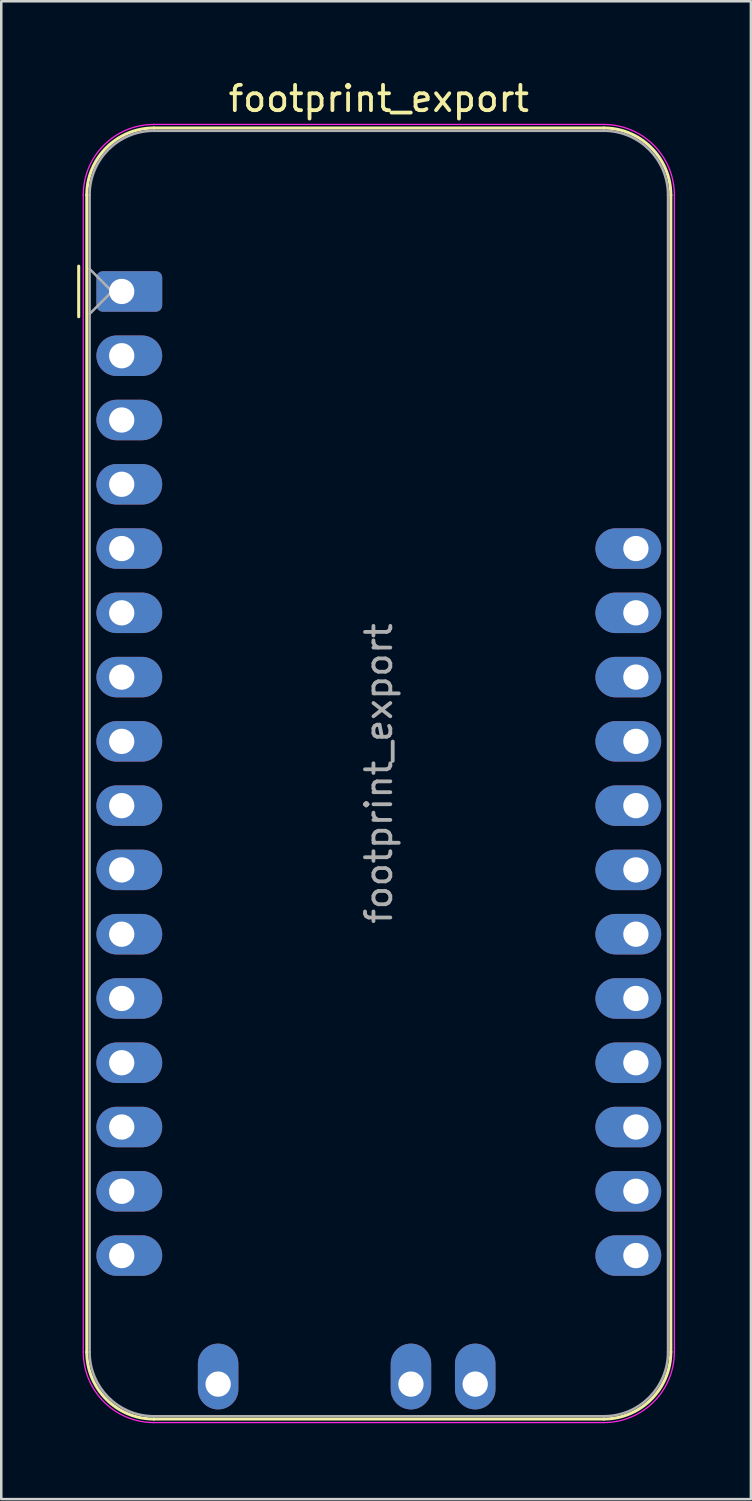
<source format=kicad_pcb>
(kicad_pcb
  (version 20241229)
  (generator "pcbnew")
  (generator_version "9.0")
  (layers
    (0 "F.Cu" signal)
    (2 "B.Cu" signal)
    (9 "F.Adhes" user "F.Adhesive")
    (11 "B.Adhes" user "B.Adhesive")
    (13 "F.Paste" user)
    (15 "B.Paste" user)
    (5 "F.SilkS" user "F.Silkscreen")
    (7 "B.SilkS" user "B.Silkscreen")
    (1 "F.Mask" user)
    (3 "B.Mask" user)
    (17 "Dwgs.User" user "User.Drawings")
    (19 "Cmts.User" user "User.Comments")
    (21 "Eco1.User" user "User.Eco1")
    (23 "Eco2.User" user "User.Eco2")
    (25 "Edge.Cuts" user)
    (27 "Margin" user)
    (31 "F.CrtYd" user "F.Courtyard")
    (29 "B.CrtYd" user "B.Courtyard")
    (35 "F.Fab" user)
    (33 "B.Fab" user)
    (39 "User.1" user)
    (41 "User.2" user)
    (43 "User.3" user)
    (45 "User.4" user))
  (footprint "footprint_export"
    (layer "F.Cu")
    (at 1.76 8.468)
    (property "Reference" "footprint_export" (at 10.16 -7.62 0) (layer "F.SilkS") (effects (font (size 1 1) (thickness 0.15))))
    (attr through_hole)
    (fp_line (start -1.7 1) (end -1.7 -1) (stroke (width 0.12) (type solid)) (layer "F.SilkS"))
    (fp_line (start -1.38 -3.81) (end -1.38 41.91) (stroke (width 0.12) (type solid)) (layer "F.SilkS"))
    (fp_line (start 19.05 -6.46) (end 1.27 -6.46) (stroke (width 0.12) (type solid)) (layer "F.SilkS"))
    (fp_line (start 19.05 44.56) (end 1.27 44.56) (stroke (width 0.12) (type solid)) (layer "F.SilkS"))
    (fp_line (start 21.7 -3.81) (end 21.7 41.91) (stroke (width 0.12) (type solid)) (layer "F.SilkS"))
    (fp_arc (start -1.38 -3.81) (mid -0.603833 -5.683833) (end 1.27 -6.46) (stroke (width 0.12) (type solid)) (layer "F.SilkS"))
    (fp_arc (start 1.27 44.56) (mid -0.603833 43.783833) (end -1.38 41.91) (stroke (width 0.12) (type solid)) (layer "F.SilkS"))
    (fp_arc (start 19.05 -6.46) (mid 20.923833 -5.683833) (end 21.7 -3.81) (stroke (width 0.12) (type solid)) (layer "F.SilkS"))
    (fp_arc (start 21.7 41.91) (mid 20.923833 43.783833) (end 19.05 44.56) (stroke (width 0.12) (type solid)) (layer "F.SilkS"))
    (fp_line (start -1.52 41.91) (end -1.52 -3.81) (stroke (width 0.05) (type solid)) (layer "F.CrtYd"))
    (fp_line (start 19.05 -6.6) (end 1.27 -6.6) (stroke (width 0.05) (type solid)) (layer "F.CrtYd"))
    (fp_line (start 19.05 44.7) (end 1.27 44.7) (stroke (width 0.05) (type solid)) (layer "F.CrtYd"))
    (fp_line (start 21.84 41.91) (end 21.84 -3.81) (stroke (width 0.05) (type solid)) (layer "F.CrtYd"))
    (fp_arc (start -1.52 -3.81) (mid -0.702828 -5.782828) (end 1.27 -6.6) (stroke (width 0.05) (type solid)) (layer "F.CrtYd"))
    (fp_arc (start 1.27 44.7) (mid -0.702828 43.882828) (end -1.52 41.91) (stroke (width 0.05) (type solid)) (layer "F.CrtYd"))
    (fp_arc (start 19.05 -6.6) (mid 21.022828 -5.782828) (end 21.84 -3.81) (stroke (width 0.05) (type solid)) (layer "F.CrtYd"))
    (fp_arc (start 21.84 41.91) (mid 21.022828 43.882828) (end 19.05 44.7) (stroke (width 0.05) (type solid)) (layer "F.CrtYd"))
    (fp_line (start -1.27 -3.81) (end -1.27 41.91) (stroke (width 0.1) (type solid)) (layer "F.Fab"))
    (fp_line (start -1.27 -0.889) (end -0.381 0) (stroke (width 0.1) (type solid)) (layer "F.Fab"))
    (fp_line (start -0.381 0) (end -1.27 0.889) (stroke (width 0.1) (type solid)) (layer "F.Fab"))
    (fp_line (start 1.27 44.45) (end 19.05 44.45) (stroke (width 0.1) (type solid)) (layer "F.Fab"))
    (fp_line (start 19.05 -6.35) (end 1.27 -6.35) (stroke (width 0.1) (type solid)) (layer "F.Fab"))
    (fp_line (start 21.59 41.91) (end 21.59 -3.81) (stroke (width 0.1) (type solid)) (layer "F.Fab"))
    (fp_arc (start -1.27 -3.81) (mid -0.526051 -5.606051) (end 1.27 -6.35) (stroke (width 0.1) (type solid)) (layer "F.Fab"))
    (fp_arc (start 1.221238 44.449532) (mid -0.543209 43.688728) (end -1.27 41.91) (stroke (width 0.1) (type solid)) (layer "F.Fab"))
    (fp_arc (start 19.05 -6.35) (mid 20.846051 -5.606051) (end 21.59 -3.81) (stroke (width 0.1) (type solid)) (layer "F.Fab"))
    (fp_arc (start 21.59 41.91) (mid 20.846051 43.706051) (end 19.05 44.45) (stroke (width 0.1) (type solid)) (layer "F.Fab"))
    (fp_text user "${REFERENCE}" (at 10.16 19.05 270) (layer "F.Fab") (effects (font (size 1 1) (thickness 0.15))))
    (pad "1" thru_hole roundrect (at 0 0) (size 2.6 1.6) (drill 1 (offset 0.3 0)) (layers "*.Cu" "*.Mask") (roundrect_rratio 0.156))
    (pad "2" thru_hole oval (at 0 2.54) (size 2.6 1.6) (drill 1 (offset 0.3 0)) (layers "*.Cu" "*.Mask"))
    (pad "3" thru_hole oval (at 0 5.08) (size 2.6 1.6) (drill 1 (offset 0.3 0)) (layers "*.Cu" "*.Mask"))
    (pad "4" thru_hole oval (at 0 7.62) (size 2.6 1.6) (drill 1 (offset 0.3 0)) (layers "*.Cu" "*.Mask"))
    (pad "5" thru_hole oval (at 0 10.16) (size 2.6 1.6) (drill 1 (offset 0.3 0)) (layers "*.Cu" "*.Mask"))
    (pad "6" thru_hole oval (at 0 12.7) (size 2.6 1.6) (drill 1 (offset 0.3 0)) (layers "*.Cu" "*.Mask"))
    (pad "7" thru_hole oval (at 0 15.24) (size 2.6 1.6) (drill 1 (offset 0.3 0)) (layers "*.Cu" "*.Mask"))
    (pad "8" thru_hole oval (at 0 17.78) (size 2.6 1.6) (drill 1 (offset 0.3 0)) (layers "*.Cu" "*.Mask"))
    (pad "9" thru_hole oval (at 0 20.32) (size 2.6 1.6) (drill 1 (offset 0.3 0)) (layers "*.Cu" "*.Mask"))
    (pad "10" thru_hole oval (at 0 22.86) (size 2.6 1.6) (drill 1 (offset 0.3 0)) (layers "*.Cu" "*.Mask"))
    (pad "11" thru_hole oval (at 0 25.4) (size 2.6 1.6) (drill 1 (offset 0.3 0)) (layers "*.Cu" "*.Mask"))
    (pad "12" thru_hole oval (at 0 27.94) (size 2.6 1.6) (drill 1 (offset 0.3 0)) (layers "*.Cu" "*.Mask"))
    (pad "13" thru_hole oval (at 0 30.48) (size 2.6 1.6) (drill 1 (offset 0.3 0)) (layers "*.Cu" "*.Mask"))
    (pad "14" thru_hole oval (at 0 33.02) (size 2.6 1.6) (drill 1 (offset 0.3 0)) (layers "*.Cu" "*.Mask"))
    (pad "15" thru_hole oval (at 0 35.56) (size 2.6 1.6) (drill 1 (offset 0.3 0)) (layers "*.Cu" "*.Mask"))
    (pad "16" thru_hole oval (at 0 38.1) (size 2.6 1.6) (drill 1 (offset 0.3 0)) (layers "*.Cu" "*.Mask"))
    (pad "17" thru_hole oval (at 20.32 38.1 180) (size 2.6 1.6) (drill 1 (offset 0.3 0)) (layers "*.Cu" "*.Mask"))
    (pad "18" thru_hole oval (at 20.32 35.56 180) (size 2.6 1.6) (drill 1 (offset 0.3 0)) (layers "*.Cu" "*.Mask"))
    (pad "19" thru_hole oval (at 20.32 33.02 180) (size 2.6 1.6) (drill 1 (offset 0.3 0)) (layers "*.Cu" "*.Mask"))
    (pad "20" thru_hole oval (at 20.32 30.48 180) (size 2.6 1.6) (drill 1 (offset 0.3 0)) (layers "*.Cu" "*.Mask"))
    (pad "21" thru_hole oval (at 20.32 27.94 180) (size 2.6 1.6) (drill 1 (offset 0.3 0)) (layers "*.Cu" "*.Mask"))
    (pad "22" thru_hole oval (at 20.32 25.4 180) (size 2.6 1.6) (drill 1 (offset 0.3 0)) (layers "*.Cu" "*.Mask"))
    (pad "23" thru_hole oval (at 20.32 22.86 180) (size 2.6 1.6) (drill 1 (offset 0.3 0)) (layers "*.Cu" "*.Mask"))
    (pad "24" thru_hole oval (at 20.32 20.32 180) (size 2.6 1.6) (drill 1 (offset 0.3 0)) (layers "*.Cu" "*.Mask"))
    (pad "25" thru_hole oval (at 20.32 17.78 180) (size 2.6 1.6) (drill 1 (offset 0.3 0)) (layers "*.Cu" "*.Mask"))
    (pad "26" thru_hole oval (at 20.32 15.24 180) (size 2.6 1.6) (drill 1 (offset 0.3 0)) (layers "*.Cu" "*.Mask"))
    (pad "27" thru_hole oval (at 20.32 12.7 180) (size 2.6 1.6) (drill 1 (offset 0.3 0)) (layers "*.Cu" "*.Mask"))
    (pad "28" thru_hole oval (at 20.32 10.16 180) (size 2.6 1.6) (drill 1 (offset 0.3 0)) (layers "*.Cu" "*.Mask"))
    (pad "29" thru_hole oval (at 3.81 43.18 90) (size 2.6 1.6) (drill 1 (offset 0.3 0)) (layers "*.Cu" "*.Mask"))
    (pad "30" thru_hole oval (at 11.43 43.18 90) (size 2.6 1.6) (drill 1 (offset 0.3 0)) (layers "*.Cu" "*.Mask"))
    (pad "31" thru_hole oval (at 13.97 43.18 90) (size 2.6 1.6) (drill 1 (offset 0.3 0)) (layers "*.Cu" "*.Mask")))
  (gr_rect
    (start -3 -3)
    (end 26.625 56.193)
    (stroke (width 0.1) (type default))
    (fill no)
    (layer "Edge.Cuts")))
</source>
